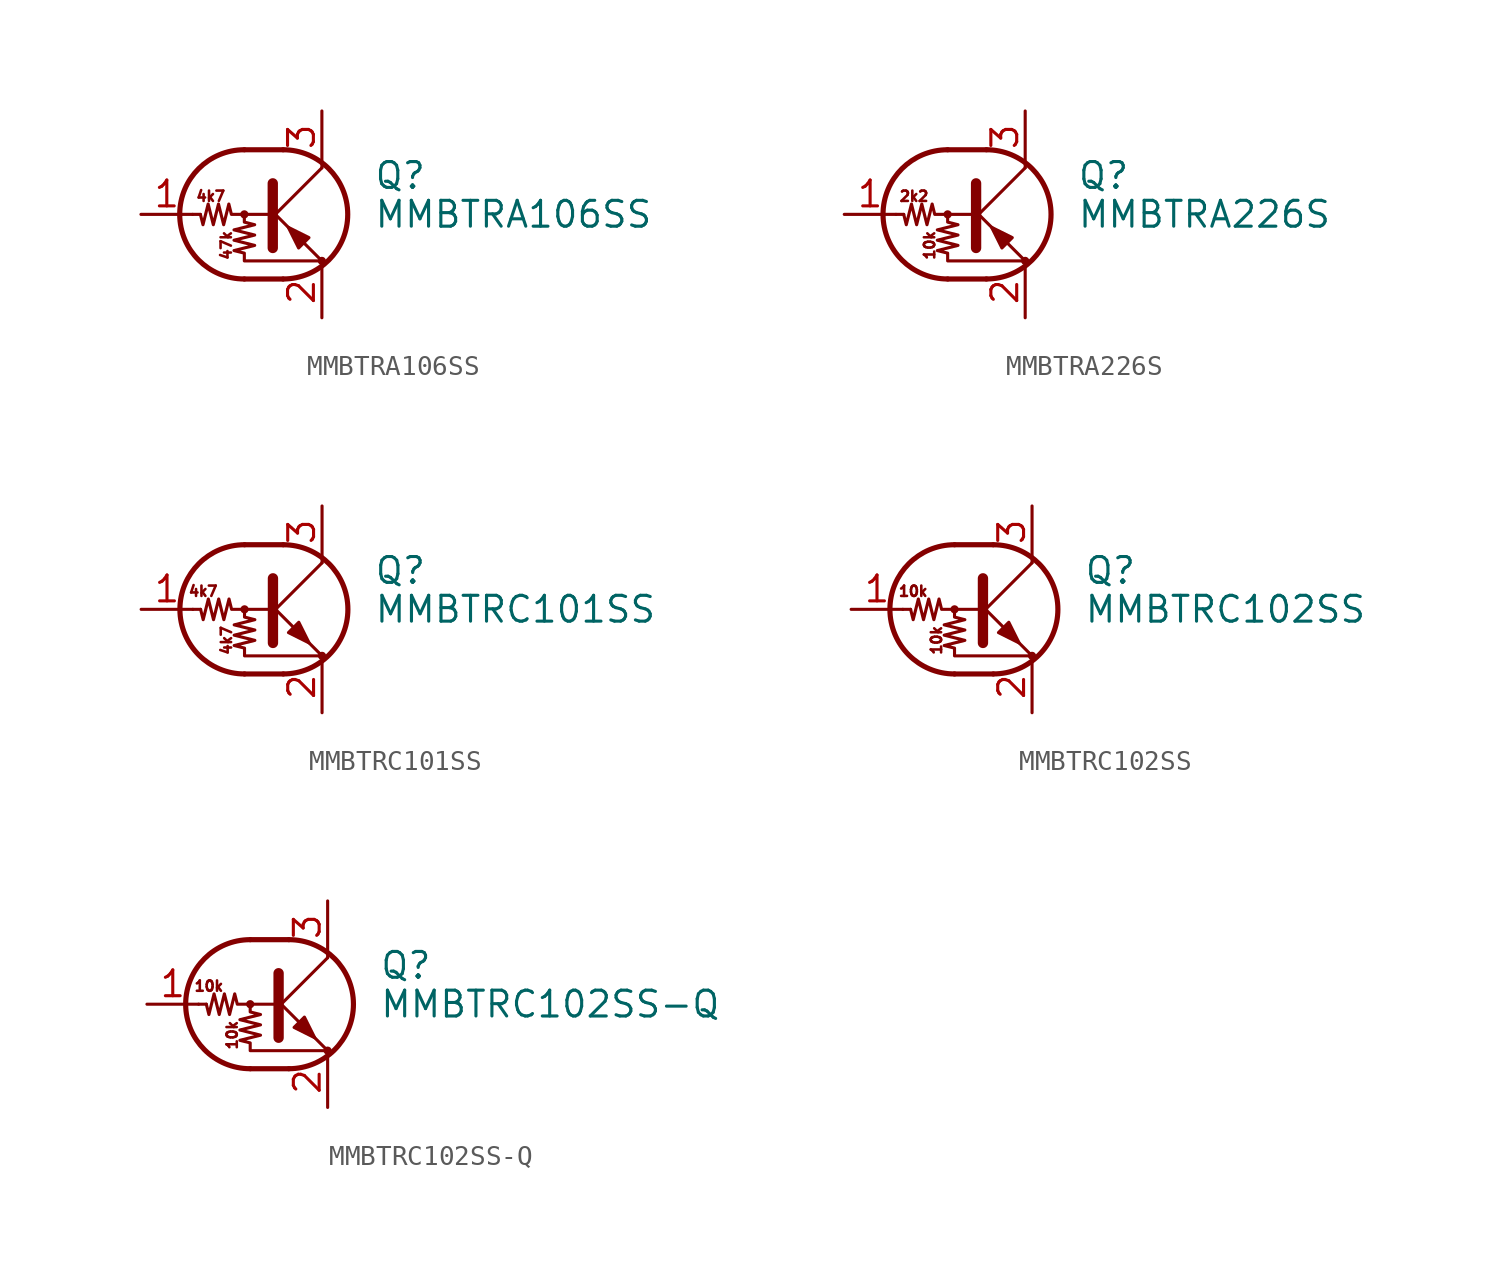
<source format=kicad_sym>
(kicad_symbol_lib
  (version 20241209)
  (generator "kicad_symbol_editor")
  (generator_version "9.0")
  (symbol "MMBTRA106SS"
    (pin_names
      (offset 0)
      (hide yes))
    (property "Reference" "Q"
      (at 5.08 1.905 0)
      (effects (font (size 1.27 1.27)) (justify left)))
    (property "Value" "MMBTRA106SS"
      (at 5.08 0 0)
      (effects (font (size 1.27 1.27)) (justify left)))
    (symbol "MMBTRA106SS_0_0"
      (text "4k7" (at -2.921 0.889 0) (effects (font (size 0.508 0.508))))
      (text "47k" (at -2.159 -1.524 900) (effects (font (size 0.508 0.508)))))
    (symbol "MMBTRA106SS_0_1"
      (polyline (pts (xy -3.429 0) (xy -3.81 0)) (stroke (width 0) (type default)) (fill (type none)))
      (polyline (pts (xy -1.27 3.175) (xy 0.635 3.175)) (stroke (width 0.254) (type default)) (fill (type none)))
      (circle (center -1.27 0) (radius 0.127) (stroke (width 0) (type default)) (fill (type none)))
      (polyline (pts (xy -1.27 0) (xy -1.27 -0.381) (xy -0.762 -0.508) (xy -1.778 -0.762) (xy -0.762 -1.016) (xy -1.778 -1.27) (xy -0.762 -1.524) (xy -1.778 -1.778) (xy -1.27 -1.905) (xy -1.27 -2.286) (xy 2.54 -2.286)) (stroke (width 0) (type default)) (fill (type none)))
      (polyline (pts (xy -1.27 -3.175) (xy 0.635 -3.175)) (stroke (width 0.254) (type default)) (fill (type none)))
      (arc (start -1.27 -3.175) (mid -4.4312 0) (end -1.27 3.175) (stroke (width 0.254) (type default)) (fill (type none)))
      (polyline (pts (xy 0 0) (xy -1.905 0) (xy -2.032 0.508) (xy -2.286 -0.508) (xy -2.54 0.508) (xy -2.794 -0.508) (xy -3.048 0.508) (xy -3.302 -0.508) (xy -3.429 0)) (stroke (width 0) (type default)) (fill (type none)))
      (polyline (pts (xy 0 -0.254) (xy 2.54 2.286)) (stroke (width 0) (type default)) (fill (type none)))
      (polyline (pts (xy 0.127 1.524) (xy 0.127 -1.651)) (stroke (width 0.508) (type default)) (fill (type outline)))
      (arc (start 0.635 3.175) (mid 3.7962 0) (end 0.635 -3.175) (stroke (width 0.254) (type default)) (fill (type none)))
      (polyline (pts (xy 1.397 -1.651) (xy 1.905 -1.143) (xy 0.889 -0.635) (xy 1.397 -1.651)) (stroke (width 0) (type default)) (fill (type outline)))
      (polyline (pts (xy 2.54 2.286) (xy 2.54 2.54)) (stroke (width 0) (type default)) (fill (type none)))
      (polyline (pts (xy 2.54 -2.286) (xy 0 0.254) (xy 0 0.254)) (stroke (width 0) (type default)) (fill (type none)))
      (circle (center 2.54 -2.286) (radius 0.127) (stroke (width 0) (type default)) (fill (type none))))
    (symbol "MMBTRA106SS_1_1"
      (pin input line (at -6.35 0 0) (length 2.54) (name "B" (effects (font (size 1.27 1.27)))) (number "1" (effects (font (size 1.27 1.27)))))
      (pin passive line (at 2.54 5.08 270) (length 2.54) (name "C" (effects (font (size 1.27 1.27)))) (number "3" (effects (font (size 1.27 1.27)))))
      (pin passive line (at 2.54 -5.08 90) (length 2.54) (name "E" (effects (font (size 1.27 1.27)))) (number "2" (effects (font (size 1.27 1.27)))))))
  (symbol "MMBTRA226S"
    (pin_names
      (offset 0)
      (hide yes))
    (property "Reference" "Q"
      (at 5.08 1.905 0)
      (effects (font (size 1.27 1.27)) (justify left)))
    (property "Value" "MMBTRA226S"
      (at 5.08 0 0)
      (effects (font (size 1.27 1.27)) (justify left)))
    (symbol "MMBTRA226S_0_0"
      (text "2k2" (at -2.921 0.889 0) (effects (font (size 0.508 0.508))))
      (text "10k" (at -2.159 -1.524 900) (effects (font (size 0.508 0.508)))))
    (symbol "MMBTRA226S_0_1"
      (polyline (pts (xy -3.429 0) (xy -3.81 0)) (stroke (width 0) (type default)) (fill (type none)))
      (polyline (pts (xy -1.27 3.175) (xy 0.635 3.175)) (stroke (width 0.254) (type default)) (fill (type none)))
      (circle (center -1.27 0) (radius 0.127) (stroke (width 0) (type default)) (fill (type none)))
      (polyline (pts (xy -1.27 0) (xy -1.27 -0.381) (xy -0.762 -0.508) (xy -1.778 -0.762) (xy -0.762 -1.016) (xy -1.778 -1.27) (xy -0.762 -1.524) (xy -1.778 -1.778) (xy -1.27 -1.905) (xy -1.27 -2.286) (xy 2.54 -2.286)) (stroke (width 0) (type default)) (fill (type none)))
      (polyline (pts (xy -1.27 -3.175) (xy 0.635 -3.175)) (stroke (width 0.254) (type default)) (fill (type none)))
      (arc (start -1.27 -3.175) (mid -4.4312 0) (end -1.27 3.175) (stroke (width 0.254) (type default)) (fill (type none)))
      (polyline (pts (xy 0 0) (xy -1.905 0) (xy -2.032 0.508) (xy -2.286 -0.508) (xy -2.54 0.508) (xy -2.794 -0.508) (xy -3.048 0.508) (xy -3.302 -0.508) (xy -3.429 0)) (stroke (width 0) (type default)) (fill (type none)))
      (polyline (pts (xy 0 -0.254) (xy 2.54 2.286)) (stroke (width 0) (type default)) (fill (type none)))
      (polyline (pts (xy 0.127 1.524) (xy 0.127 -1.651)) (stroke (width 0.508) (type default)) (fill (type outline)))
      (arc (start 0.635 3.175) (mid 3.7962 0) (end 0.635 -3.175) (stroke (width 0.254) (type default)) (fill (type none)))
      (polyline (pts (xy 1.397 -1.651) (xy 1.905 -1.143) (xy 0.889 -0.635) (xy 1.397 -1.651)) (stroke (width 0) (type default)) (fill (type outline)))
      (polyline (pts (xy 2.54 2.286) (xy 2.54 2.54)) (stroke (width 0) (type default)) (fill (type none)))
      (polyline (pts (xy 2.54 -2.286) (xy 0 0.254) (xy 0 0.254)) (stroke (width 0) (type default)) (fill (type none)))
      (circle (center 2.54 -2.286) (radius 0.127) (stroke (width 0) (type default)) (fill (type none))))
    (symbol "MMBTRA226S_1_1"
      (pin input line (at -6.35 0 0) (length 2.54) (name "B" (effects (font (size 1.27 1.27)))) (number "1" (effects (font (size 1.27 1.27)))))
      (pin passive line (at 2.54 5.08 270) (length 2.54) (name "C" (effects (font (size 1.27 1.27)))) (number "3" (effects (font (size 1.27 1.27)))))
      (pin passive line (at 2.54 -5.08 90) (length 2.54) (name "E" (effects (font (size 1.27 1.27)))) (number "2" (effects (font (size 1.27 1.27)))))))
  (symbol "MMBTRC101SS"
    (pin_names
      (offset 0)
      (hide yes))
    (property "Reference" "Q"
      (at 5.08 1.905 0)
      (effects (font (size 1.27 1.27)) (justify left)))
    (property "Value" "MMBTRC101SS"
      (at 5.08 0 0)
      (effects (font (size 1.27 1.27)) (justify left)))
    (symbol "MMBTRC101SS_0_0"
      (text "4k7" (at -3.302 0.889 0) (effects (font (size 0.508 0.508))))
      (text "4k7" (at -2.159 -1.524 900) (effects (font (size 0.508 0.508)))))
    (symbol "MMBTRC101SS_0_1"
      (polyline (pts (xy -3.429 0) (xy -3.81 0)) (stroke (width 0) (type default)) (fill (type none)))
      (polyline (pts (xy -1.27 3.175) (xy 0.635 3.175)) (stroke (width 0.254) (type default)) (fill (type none)))
      (circle (center -1.27 0) (radius 0.127) (stroke (width 0) (type default)) (fill (type none)))
      (polyline (pts (xy -1.27 0) (xy -1.27 -0.381) (xy -0.762 -0.508) (xy -1.778 -0.762) (xy -0.762 -1.016) (xy -1.778 -1.27) (xy -0.762 -1.524) (xy -1.778 -1.778) (xy -1.27 -1.905) (xy -1.27 -2.286) (xy 2.54 -2.286)) (stroke (width 0) (type default)) (fill (type none)))
      (polyline (pts (xy -1.27 -3.175) (xy 0.635 -3.175)) (stroke (width 0.254) (type default)) (fill (type none)))
      (arc (start -1.27 -3.175) (mid -4.4312 0) (end -1.27 3.175) (stroke (width 0.254) (type default)) (fill (type none)))
      (polyline (pts (xy 0 0) (xy -1.905 0) (xy -2.032 0.508) (xy -2.286 -0.508) (xy -2.54 0.508) (xy -2.794 -0.508) (xy -3.048 0.508) (xy -3.302 -0.508) (xy -3.429 0)) (stroke (width 0) (type default)) (fill (type none)))
      (polyline (pts (xy 0 -0.254) (xy 2.54 2.286)) (stroke (width 0) (type default)) (fill (type none)))
      (polyline (pts (xy 0.127 1.524) (xy 0.127 -1.651)) (stroke (width 0.508) (type default)) (fill (type outline)))
      (arc (start 0.635 3.175) (mid 3.7962 0) (end 0.635 -3.175) (stroke (width 0.254) (type default)) (fill (type none)))
      (polyline (pts (xy 0.889 -1.143) (xy 1.397 -0.635) (xy 1.905 -1.651) (xy 0.889 -1.143)) (stroke (width 0) (type default)) (fill (type outline)))
      (polyline (pts (xy 2.54 2.286) (xy 2.54 2.54)) (stroke (width 0) (type default)) (fill (type none)))
      (polyline (pts (xy 2.54 -2.286) (xy 0 0.254) (xy 0 0.254)) (stroke (width 0) (type default)) (fill (type none)))
      (circle (center 2.54 -2.286) (radius 0.127) (stroke (width 0) (type default)) (fill (type none))))
    (symbol "MMBTRC101SS_1_1"
      (pin input line (at -6.35 0 0) (length 2.54) (name "B" (effects (font (size 1.27 1.27)))) (number "1" (effects (font (size 1.27 1.27)))))
      (pin passive line (at 2.54 5.08 270) (length 2.54) (name "C" (effects (font (size 1.27 1.27)))) (number "3" (effects (font (size 1.27 1.27)))))
      (pin passive line (at 2.54 -5.08 90) (length 2.54) (name "E" (effects (font (size 1.27 1.27)))) (number "2" (effects (font (size 1.27 1.27)))))))
  (symbol "MMBTRC102SS"
    (pin_names
      (offset 0)
      (hide yes))
    (property "Reference" "Q"
      (at 5.08 1.905 0)
      (effects (font (size 1.27 1.27)) (justify left)))
    (property "Value" "MMBTRC102SS"
      (at 5.08 0 0)
      (effects (font (size 1.27 1.27)) (justify left)))
    (symbol "MMBTRC102SS_0_0"
      (text "10k" (at -3.302 0.889 0) (effects (font (size 0.508 0.508))))
      (text "10k" (at -2.159 -1.524 900) (effects (font (size 0.508 0.508)))))
    (symbol "MMBTRC102SS_0_1"
      (polyline (pts (xy -3.429 0) (xy -3.81 0)) (stroke (width 0) (type default)) (fill (type none)))
      (polyline (pts (xy -1.27 3.175) (xy 0.635 3.175)) (stroke (width 0.254) (type default)) (fill (type none)))
      (circle (center -1.27 0) (radius 0.127) (stroke (width 0) (type default)) (fill (type none)))
      (polyline (pts (xy -1.27 0) (xy -1.27 -0.381) (xy -0.762 -0.508) (xy -1.778 -0.762) (xy -0.762 -1.016) (xy -1.778 -1.27) (xy -0.762 -1.524) (xy -1.778 -1.778) (xy -1.27 -1.905) (xy -1.27 -2.286) (xy 2.54 -2.286)) (stroke (width 0) (type default)) (fill (type none)))
      (polyline (pts (xy -1.27 -3.175) (xy 0.635 -3.175)) (stroke (width 0.254) (type default)) (fill (type none)))
      (arc (start -1.27 -3.175) (mid -4.4312 0) (end -1.27 3.175) (stroke (width 0.254) (type default)) (fill (type none)))
      (polyline (pts (xy 0 0) (xy -1.905 0) (xy -2.032 0.508) (xy -2.286 -0.508) (xy -2.54 0.508) (xy -2.794 -0.508) (xy -3.048 0.508) (xy -3.302 -0.508) (xy -3.429 0)) (stroke (width 0) (type default)) (fill (type none)))
      (polyline (pts (xy 0 -0.254) (xy 2.54 2.286)) (stroke (width 0) (type default)) (fill (type none)))
      (polyline (pts (xy 0.127 1.524) (xy 0.127 -1.651)) (stroke (width 0.508) (type default)) (fill (type outline)))
      (arc (start 0.635 3.175) (mid 3.7962 0) (end 0.635 -3.175) (stroke (width 0.254) (type default)) (fill (type none)))
      (polyline (pts (xy 0.889 -1.143) (xy 1.397 -0.635) (xy 1.905 -1.651) (xy 0.889 -1.143)) (stroke (width 0) (type default)) (fill (type outline)))
      (polyline (pts (xy 2.54 2.286) (xy 2.54 2.54)) (stroke (width 0) (type default)) (fill (type none)))
      (polyline (pts (xy 2.54 -2.286) (xy 0 0.254) (xy 0 0.254)) (stroke (width 0) (type default)) (fill (type none)))
      (circle (center 2.54 -2.286) (radius 0.127) (stroke (width 0) (type default)) (fill (type none))))
    (symbol "MMBTRC102SS_1_1"
      (pin input line (at -6.35 0 0) (length 2.54) (name "B" (effects (font (size 1.27 1.27)))) (number "1" (effects (font (size 1.27 1.27)))))
      (pin passive line (at 2.54 5.08 270) (length 2.54) (name "C" (effects (font (size 1.27 1.27)))) (number "3" (effects (font (size 1.27 1.27)))))
      (pin passive line (at 2.54 -5.08 90) (length 2.54) (name "E" (effects (font (size 1.27 1.27)))) (number "2" (effects (font (size 1.27 1.27)))))))
  (symbol "MMBTRC102SS-Q"
    (pin_names
      (offset 0)
      (hide yes))
    (property "Reference" "Q"
      (at 5.08 1.905 0)
      (effects (font (size 1.27 1.27)) (justify left)))
    (property "Value" "MMBTRC102SS-Q"
      (at 5.08 0 0)
      (effects (font (size 1.27 1.27)) (justify left)))
    (symbol "MMBTRC102SS-Q_0_0"
      (text "10k" (at -3.302 0.889 0) (effects (font (size 0.508 0.508))))
      (text "10k" (at -2.159 -1.524 900) (effects (font (size 0.508 0.508)))))
    (symbol "MMBTRC102SS-Q_0_1"
      (polyline (pts (xy -3.429 0) (xy -3.81 0)) (stroke (width 0) (type default)) (fill (type none)))
      (polyline (pts (xy -1.27 3.175) (xy 0.635 3.175)) (stroke (width 0.254) (type default)) (fill (type none)))
      (circle (center -1.27 0) (radius 0.127) (stroke (width 0) (type default)) (fill (type none)))
      (polyline (pts (xy -1.27 0) (xy -1.27 -0.381) (xy -0.762 -0.508) (xy -1.778 -0.762) (xy -0.762 -1.016) (xy -1.778 -1.27) (xy -0.762 -1.524) (xy -1.778 -1.778) (xy -1.27 -1.905) (xy -1.27 -2.286) (xy 2.54 -2.286)) (stroke (width 0) (type default)) (fill (type none)))
      (polyline (pts (xy -1.27 -3.175) (xy 0.635 -3.175)) (stroke (width 0.254) (type default)) (fill (type none)))
      (arc (start -1.27 -3.175) (mid -4.4312 0) (end -1.27 3.175) (stroke (width 0.254) (type default)) (fill (type none)))
      (polyline (pts (xy 0 0) (xy -1.905 0) (xy -2.032 0.508) (xy -2.286 -0.508) (xy -2.54 0.508) (xy -2.794 -0.508) (xy -3.048 0.508) (xy -3.302 -0.508) (xy -3.429 0)) (stroke (width 0) (type default)) (fill (type none)))
      (polyline (pts (xy 0 -0.254) (xy 2.54 2.286)) (stroke (width 0) (type default)) (fill (type none)))
      (polyline (pts (xy 0.127 1.524) (xy 0.127 -1.651)) (stroke (width 0.508) (type default)) (fill (type outline)))
      (arc (start 0.635 3.175) (mid 3.7962 0) (end 0.635 -3.175) (stroke (width 0.254) (type default)) (fill (type none)))
      (polyline (pts (xy 0.889 -1.143) (xy 1.397 -0.635) (xy 1.905 -1.651) (xy 0.889 -1.143)) (stroke (width 0) (type default)) (fill (type outline)))
      (polyline (pts (xy 2.54 2.286) (xy 2.54 2.54)) (stroke (width 0) (type default)) (fill (type none)))
      (polyline (pts (xy 2.54 -2.286) (xy 0 0.254) (xy 0 0.254)) (stroke (width 0) (type default)) (fill (type none)))
      (circle (center 2.54 -2.286) (radius 0.127) (stroke (width 0) (type default)) (fill (type none))))
    (symbol "MMBTRC102SS-Q_1_1"
      (pin input line (at -6.35 0 0) (length 2.54) (name "B" (effects (font (size 1.27 1.27)))) (number "1" (effects (font (size 1.27 1.27)))))
      (pin passive line (at 2.54 5.08 270) (length 2.54) (name "C" (effects (font (size 1.27 1.27)))) (number "3" (effects (font (size 1.27 1.27)))))
      (pin passive line (at 2.54 -5.08 90) (length 2.54) (name "E" (effects (font (size 1.27 1.27)))) (number "2" (effects (font (size 1.27 1.27))))))))
</source>
